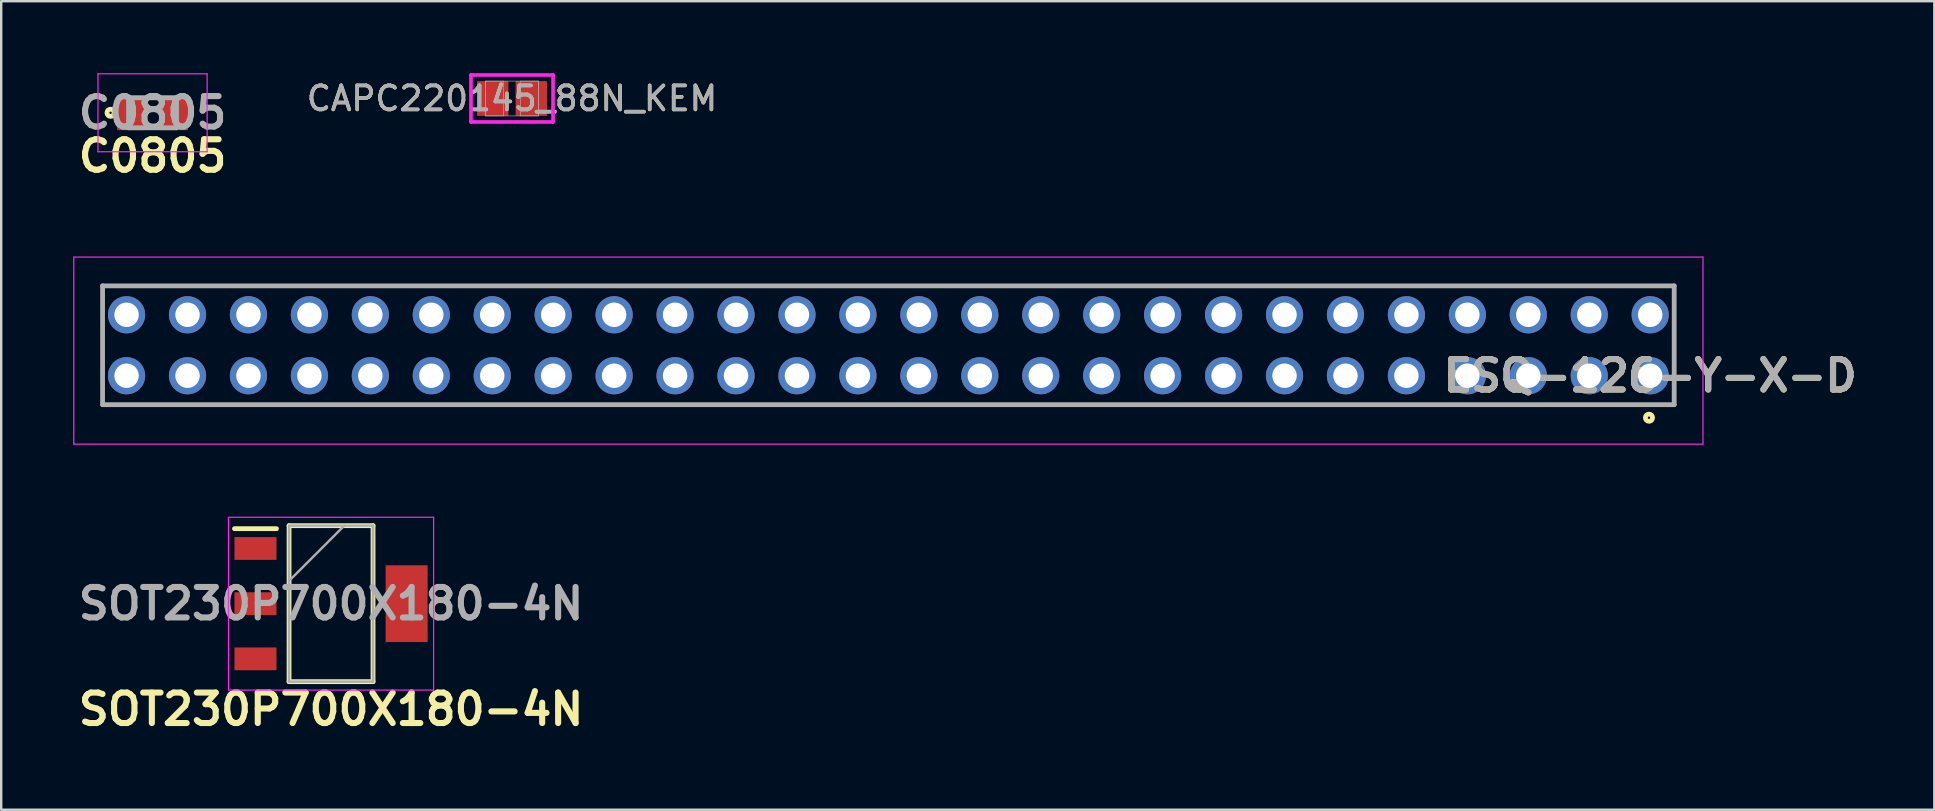
<source format=kicad_pcb>
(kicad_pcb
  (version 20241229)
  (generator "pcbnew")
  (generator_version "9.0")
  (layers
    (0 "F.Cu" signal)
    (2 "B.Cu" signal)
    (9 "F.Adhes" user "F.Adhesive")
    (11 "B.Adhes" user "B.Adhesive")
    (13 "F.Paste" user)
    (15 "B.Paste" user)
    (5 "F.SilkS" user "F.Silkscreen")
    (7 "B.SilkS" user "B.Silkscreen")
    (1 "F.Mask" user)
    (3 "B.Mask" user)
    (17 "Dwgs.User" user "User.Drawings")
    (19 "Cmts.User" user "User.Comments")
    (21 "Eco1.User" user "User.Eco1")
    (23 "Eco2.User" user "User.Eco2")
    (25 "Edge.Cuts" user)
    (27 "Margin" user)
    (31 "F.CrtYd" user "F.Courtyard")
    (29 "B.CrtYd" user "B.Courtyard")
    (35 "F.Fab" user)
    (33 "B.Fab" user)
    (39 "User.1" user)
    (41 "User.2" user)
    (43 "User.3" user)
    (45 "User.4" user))
  (footprint "ESQ-126-Y-X-D"
    (layer "F.Cu")
    (at 65.725 12.609)
    (property "Reference" "ESQ-126-Y-X-D" (at 0 0 0) (layer "F.SilkS") (effects (font (size 1.27 1.27) (thickness 0.254))))
    (attr through_hole)
    (fp_line (start -64.5 -3.745) (end 1 -3.745) (stroke (width 0.1) (type solid)) (layer "F.SilkS"))
    (fp_line (start -64.5 1.205) (end -64.5 -3.745) (stroke (width 0.1) (type solid)) (layer "F.SilkS"))
    (fp_line (start 1 -3.745) (end 1 1.205) (stroke (width 0.1) (type solid)) (layer "F.SilkS"))
    (fp_line (start 1 1.205) (end -64.5 1.205) (stroke (width 0.1) (type solid)) (layer "F.SilkS"))
    (fp_circle (center -0.05 1.75) (end -0.05 1.8) (stroke (width 0.2) (type solid)) (fill no) (layer "F.SilkS"))
    (fp_line (start -65.7 -4.945) (end 2.2 -4.945) (stroke (width 0.05) (type solid)) (layer "F.CrtYd"))
    (fp_line (start -65.7 2.85) (end -65.7 -4.945) (stroke (width 0.05) (type solid)) (layer "F.CrtYd"))
    (fp_line (start 2.2 -4.945) (end 2.2 2.85) (stroke (width 0.05) (type solid)) (layer "F.CrtYd"))
    (fp_line (start 2.2 2.85) (end -65.7 2.85) (stroke (width 0.05) (type solid)) (layer "F.CrtYd"))
    (fp_line (start -64.5 -3.745) (end 1 -3.745) (stroke (width 0.2) (type solid)) (layer "F.Fab"))
    (fp_line (start -64.5 1.205) (end -64.5 -3.745) (stroke (width 0.2) (type solid)) (layer "F.Fab"))
    (fp_line (start 1 -3.745) (end 1 1.205) (stroke (width 0.2) (type solid)) (layer "F.Fab"))
    (fp_line (start 1 1.205) (end -64.5 1.205) (stroke (width 0.2) (type solid)) (layer "F.Fab"))
    (fp_text user "${REFERENCE}" (at 0 0 0) (layer "F.Fab") (effects (font (size 1.27 1.27) (thickness 0.254))))
    (pad "1" thru_hole circle (at 0 0) (size 1.55 1.55) (drill 1.02) (layers "*.Cu" "*.Mask"))
    (pad "2" thru_hole circle (at 0 -2.54) (size 1.55 1.55) (drill 1.02) (layers "*.Cu" "*.Mask"))
    (pad "3" thru_hole circle (at -2.54 0) (size 1.55 1.55) (drill 1.02) (layers "*.Cu" "*.Mask"))
    (pad "4" thru_hole circle (at -2.54 -2.54) (size 1.55 1.55) (drill 1.02) (layers "*.Cu" "*.Mask"))
    (pad "5" thru_hole circle (at -5.08 0) (size 1.55 1.55) (drill 1.02) (layers "*.Cu" "*.Mask"))
    (pad "6" thru_hole circle (at -5.08 -2.54) (size 1.55 1.55) (drill 1.02) (layers "*.Cu" "*.Mask"))
    (pad "7" thru_hole circle (at -7.62 0) (size 1.55 1.55) (drill 1.02) (layers "*.Cu" "*.Mask"))
    (pad "8" thru_hole circle (at -7.62 -2.54) (size 1.55 1.55) (drill 1.02) (layers "*.Cu" "*.Mask"))
    (pad "9" thru_hole circle (at -10.16 0) (size 1.55 1.55) (drill 1.02) (layers "*.Cu" "*.Mask"))
    (pad "10" thru_hole circle (at -10.16 -2.54) (size 1.55 1.55) (drill 1.02) (layers "*.Cu" "*.Mask"))
    (pad "11" thru_hole circle (at -12.7 0) (size 1.55 1.55) (drill 1.02) (layers "*.Cu" "*.Mask"))
    (pad "12" thru_hole circle (at -12.7 -2.54) (size 1.55 1.55) (drill 1.02) (layers "*.Cu" "*.Mask"))
    (pad "13" thru_hole circle (at -15.24 0) (size 1.55 1.55) (drill 1.02) (layers "*.Cu" "*.Mask"))
    (pad "14" thru_hole circle (at -15.24 -2.54) (size 1.55 1.55) (drill 1.02) (layers "*.Cu" "*.Mask"))
    (pad "15" thru_hole circle (at -17.78 0) (size 1.55 1.55) (drill 1.02) (layers "*.Cu" "*.Mask"))
    (pad "16" thru_hole circle (at -17.78 -2.54) (size 1.55 1.55) (drill 1.02) (layers "*.Cu" "*.Mask"))
    (pad "17" thru_hole circle (at -20.32 0) (size 1.55 1.55) (drill 1.02) (layers "*.Cu" "*.Mask"))
    (pad "18" thru_hole circle (at -20.32 -2.54) (size 1.55 1.55) (drill 1.02) (layers "*.Cu" "*.Mask"))
    (pad "19" thru_hole circle (at -22.86 0) (size 1.55 1.55) (drill 1.02) (layers "*.Cu" "*.Mask"))
    (pad "20" thru_hole circle (at -22.86 -2.54) (size 1.55 1.55) (drill 1.02) (layers "*.Cu" "*.Mask"))
    (pad "21" thru_hole circle (at -25.4 0) (size 1.55 1.55) (drill 1.02) (layers "*.Cu" "*.Mask"))
    (pad "22" thru_hole circle (at -25.4 -2.54) (size 1.55 1.55) (drill 1.02) (layers "*.Cu" "*.Mask"))
    (pad "23" thru_hole circle (at -27.94 0) (size 1.55 1.55) (drill 1.02) (layers "*.Cu" "*.Mask"))
    (pad "24" thru_hole circle (at -27.94 -2.54) (size 1.55 1.55) (drill 1.02) (layers "*.Cu" "*.Mask"))
    (pad "25" thru_hole circle (at -30.48 0) (size 1.55 1.55) (drill 1.02) (layers "*.Cu" "*.Mask"))
    (pad "26" thru_hole circle (at -30.48 -2.54) (size 1.55 1.55) (drill 1.02) (layers "*.Cu" "*.Mask"))
    (pad "27" thru_hole circle (at -33.02 0) (size 1.55 1.55) (drill 1.02) (layers "*.Cu" "*.Mask"))
    (pad "28" thru_hole circle (at -33.02 -2.54) (size 1.55 1.55) (drill 1.02) (layers "*.Cu" "*.Mask"))
    (pad "29" thru_hole circle (at -35.56 0) (size 1.55 1.55) (drill 1.02) (layers "*.Cu" "*.Mask"))
    (pad "30" thru_hole circle (at -35.56 -2.54) (size 1.55 1.55) (drill 1.02) (layers "*.Cu" "*.Mask"))
    (pad "31" thru_hole circle (at -38.1 0) (size 1.55 1.55) (drill 1.02) (layers "*.Cu" "*.Mask"))
    (pad "32" thru_hole circle (at -38.1 -2.54) (size 1.55 1.55) (drill 1.02) (layers "*.Cu" "*.Mask"))
    (pad "33" thru_hole circle (at -40.64 0) (size 1.55 1.55) (drill 1.02) (layers "*.Cu" "*.Mask"))
    (pad "34" thru_hole circle (at -40.64 -2.54) (size 1.55 1.55) (drill 1.02) (layers "*.Cu" "*.Mask"))
    (pad "35" thru_hole circle (at -43.18 0) (size 1.55 1.55) (drill 1.02) (layers "*.Cu" "*.Mask"))
    (pad "36" thru_hole circle (at -43.18 -2.54) (size 1.55 1.55) (drill 1.02) (layers "*.Cu" "*.Mask"))
    (pad "37" thru_hole circle (at -45.72 0) (size 1.55 1.55) (drill 1.02) (layers "*.Cu" "*.Mask"))
    (pad "38" thru_hole circle (at -45.72 -2.54) (size 1.55 1.55) (drill 1.02) (layers "*.Cu" "*.Mask"))
    (pad "39" thru_hole circle (at -48.26 0) (size 1.55 1.55) (drill 1.02) (layers "*.Cu" "*.Mask"))
    (pad "40" thru_hole circle (at -48.26 -2.54) (size 1.55 1.55) (drill 1.02) (layers "*.Cu" "*.Mask"))
    (pad "41" thru_hole circle (at -50.8 0) (size 1.55 1.55) (drill 1.02) (layers "*.Cu" "*.Mask"))
    (pad "42" thru_hole circle (at -50.8 -2.54) (size 1.55 1.55) (drill 1.02) (layers "*.Cu" "*.Mask"))
    (pad "43" thru_hole circle (at -53.34 0) (size 1.55 1.55) (drill 1.02) (layers "*.Cu" "*.Mask"))
    (pad "44" thru_hole circle (at -53.34 -2.54) (size 1.55 1.55) (drill 1.02) (layers "*.Cu" "*.Mask"))
    (pad "45" thru_hole circle (at -55.88 0) (size 1.55 1.55) (drill 1.02) (layers "*.Cu" "*.Mask"))
    (pad "46" thru_hole circle (at -55.88 -2.54) (size 1.55 1.55) (drill 1.02) (layers "*.Cu" "*.Mask"))
    (pad "47" thru_hole circle (at -58.42 0) (size 1.55 1.55) (drill 1.02) (layers "*.Cu" "*.Mask"))
    (pad "48" thru_hole circle (at -58.42 -2.54) (size 1.55 1.55) (drill 1.02) (layers "*.Cu" "*.Mask"))
    (pad "49" thru_hole circle (at -60.96 0) (size 1.55 1.55) (drill 1.02) (layers "*.Cu" "*.Mask"))
    (pad "50" thru_hole circle (at -60.96 -2.54) (size 1.55 1.55) (drill 1.02) (layers "*.Cu" "*.Mask"))
    (pad "51" thru_hole circle (at -63.5 0) (size 1.55 1.55) (drill 1.02) (layers "*.Cu" "*.Mask"))
    (pad "52" thru_hole circle (at -63.5 -2.54) (size 1.55 1.55) (drill 1.02) (layers "*.Cu" "*.Mask")))
  (footprint "SOT230P700X180-4N"
    (layer "F.Cu")
    (at 10.747 22.109)
    (property "Reference" "SOT230P700X180-4N" (at 0 4.4 0) (layer "F.SilkS") (effects (font (size 1.27 1.27) (thickness 0.254))))
    (attr smd)
    (fp_line (start -4.025 -3.125) (end -2.275 -3.125) (stroke (width 0.2) (type solid)) (layer "F.SilkS"))
    (fp_line (start -1.75 -3.25) (end 1.75 -3.25) (stroke (width 0.2) (type solid)) (layer "F.SilkS"))
    (fp_line (start -1.75 3.25) (end -1.75 -3.25) (stroke (width 0.2) (type solid)) (layer "F.SilkS"))
    (fp_line (start 1.75 -3.25) (end 1.75 3.25) (stroke (width 0.2) (type solid)) (layer "F.SilkS"))
    (fp_line (start 1.75 3.25) (end -1.75 3.25) (stroke (width 0.2) (type solid)) (layer "F.SilkS"))
    (fp_line (start -4.275 -3.6) (end 4.275 -3.6) (stroke (width 0.05) (type solid)) (layer "F.CrtYd"))
    (fp_line (start -4.275 3.6) (end -4.275 -3.6) (stroke (width 0.05) (type solid)) (layer "F.CrtYd"))
    (fp_line (start 4.275 -3.6) (end 4.275 3.6) (stroke (width 0.05) (type solid)) (layer "F.CrtYd"))
    (fp_line (start 4.275 3.6) (end -4.275 3.6) (stroke (width 0.05) (type solid)) (layer "F.CrtYd"))
    (fp_line (start -1.75 -3.25) (end 1.75 -3.25) (stroke (width 0.1) (type solid)) (layer "F.Fab"))
    (fp_line (start -1.75 -0.95) (end 0.55 -3.25) (stroke (width 0.1) (type solid)) (layer "F.Fab"))
    (fp_line (start -1.75 3.25) (end -1.75 -3.25) (stroke (width 0.1) (type solid)) (layer "F.Fab"))
    (fp_line (start 1.75 -3.25) (end 1.75 3.25) (stroke (width 0.1) (type solid)) (layer "F.Fab"))
    (fp_line (start 1.75 3.25) (end -1.75 3.25) (stroke (width 0.1) (type solid)) (layer "F.Fab"))
    (fp_text user "${REFERENCE}" (at 0 0 0) (layer "F.Fab") (effects (font (size 1.27 1.27) (thickness 0.254))))
    (pad "1" smd rect (at -3.15 -2.3 90) (size 0.95 1.75) (layers "F.Cu" "F.Mask" "F.Paste"))
    (pad "2" smd rect (at -3.15 0 90) (size 0.95 1.75) (layers "F.Cu" "F.Mask" "F.Paste"))
    (pad "3" smd rect (at -3.15 2.3 90) (size 0.95 1.75) (layers "F.Cu" "F.Mask" "F.Paste"))
    (pad "4" smd rect (at 3.15 0) (size 1.75 3.2) (layers "F.Cu" "F.Mask" "F.Paste")))
  (footprint "C0805"
    (layer "F.Cu")
    (at 3.308 1.65)
    (property "Reference" "C0805" (at 0 1.8 0) (layer "F.SilkS") (effects (font (size 1.27 1.27) (thickness 0.254))))
    (attr smd)
    (fp_circle (center -1.75 0) (end -1.75 0.05) (stroke (width 0.2) (type solid)) (fill no) (layer "F.SilkS"))
    (fp_line (start -2.275 -1.625) (end 2.275 -1.625) (stroke (width 0.05) (type solid)) (layer "F.CrtYd"))
    (fp_line (start -2.275 1.625) (end -2.275 -1.625) (stroke (width 0.05) (type solid)) (layer "F.CrtYd"))
    (fp_line (start 2.275 -1.625) (end 2.275 1.625) (stroke (width 0.05) (type solid)) (layer "F.CrtYd"))
    (fp_line (start 2.275 1.625) (end -2.275 1.625) (stroke (width 0.05) (type solid)) (layer "F.CrtYd"))
    (fp_line (start -1 -0.625) (end 1 -0.625) (stroke (width 0.2) (type solid)) (layer "F.Fab"))
    (fp_line (start -1 0.625) (end -1 -0.625) (stroke (width 0.2) (type solid)) (layer "F.Fab"))
    (fp_line (start 1 -0.625) (end 1 0.625) (stroke (width 0.2) (type solid)) (layer "F.Fab"))
    (fp_line (start 1 0.625) (end -1 0.625) (stroke (width 0.2) (type solid)) (layer "F.Fab"))
    (fp_text user "${REFERENCE}" (at 0 0 0) (layer "F.Fab") (effects (font (size 1.27 1.27) (thickness 0.254))))
    (pad "1" smd rect (at -0.9 0) (size 1.15 1.45) (layers "F.Cu" "F.Mask" "F.Paste"))
    (pad "2" smd rect (at 0.9 0) (size 1.15 1.45) (layers "F.Cu" "F.Mask" "F.Paste")))
  (footprint "CAPC220145_88N_KEM"
    (layer "F.Cu")
    (at 18.289 1.055)
    (property "Reference" "CAPC220145_88N_KEM" (at 0 0 0) (unlocked yes) (layer "F.SilkS") (effects (font (size 1 1) (thickness 0.15))))
    (attr smd)
    (fp_line (start -1.71 -0.979) (end 1.71 -0.979) (stroke (width 0.152) (type solid)) (layer "F.CrtYd"))
    (fp_line (start -1.71 0.979) (end -1.71 -0.979) (stroke (width 0.152) (type solid)) (layer "F.CrtYd"))
    (fp_line (start 1.71 -0.979) (end 1.71 0.979) (stroke (width 0.152) (type solid)) (layer "F.CrtYd"))
    (fp_line (start 1.71 0.979) (end -1.71 0.979) (stroke (width 0.152) (type solid)) (layer "F.CrtYd"))
    (fp_line (start -1.1 -0.725) (end -1.1 0.725) (stroke (width 0.025) (type solid)) (layer "F.Fab"))
    (fp_line (start -1.1 -0.725) (end -1.1 0.725) (stroke (width 0.025) (type solid)) (layer "F.Fab"))
    (fp_line (start -1.1 0.725) (end -0.35 0.725) (stroke (width 0.025) (type solid)) (layer "F.Fab"))
    (fp_line (start -1.1 0.725) (end 1.1 0.725) (stroke (width 0.025) (type solid)) (layer "F.Fab"))
    (fp_line (start -0.35 -0.725) (end -1.1 -0.725) (stroke (width 0.025) (type solid)) (layer "F.Fab"))
    (fp_line (start -0.35 0.725) (end -0.35 -0.725) (stroke (width 0.025) (type solid)) (layer "F.Fab"))
    (fp_line (start 0.35 -0.725) (end 0.35 0.725) (stroke (width 0.025) (type solid)) (layer "F.Fab"))
    (fp_line (start 0.35 0.725) (end 1.1 0.725) (stroke (width 0.025) (type solid)) (layer "F.Fab"))
    (fp_line (start 1.1 -0.725) (end -1.1 -0.725) (stroke (width 0.025) (type solid)) (layer "F.Fab"))
    (fp_line (start 1.1 -0.725) (end 0.35 -0.725) (stroke (width 0.025) (type solid)) (layer "F.Fab"))
    (fp_line (start 1.1 0.725) (end 1.1 -0.725) (stroke (width 0.025) (type solid)) (layer "F.Fab"))
    (fp_line (start 1.1 0.725) (end 1.1 -0.725) (stroke (width 0.025) (type solid)) (layer "F.Fab"))
    (fp_text user "${REFERENCE}" (at 0 0 0) (unlocked yes) (layer "F.Fab") (effects (font (size 1 1) (thickness 0.15))))
    (pad "1" smd rect (at -0.803 0) (size 1.306 1.45) (layers "F.Cu" "F.Mask" "F.Paste"))
    (pad "2" smd rect (at 0.803 0) (size 1.306 1.45) (layers "F.Cu" "F.Mask" "F.Paste"))
    (zone (net_name "") (layer "F.Cu") (hatch full 0.508) (connect_pads) (min_thickness 0.254) (filled_areas_thickness no) (keepout (tracks not_allowed) (vias not_allowed) (pads allowed) (copperpour not_allowed) (footprints allowed)) (placement (enabled no)) (fill) (polygon (pts (xy 18.19 0.381) (xy 18.388 0.381) (xy 18.388 1.729) (xy 18.19 1.729)))))
  (gr_rect
    (start -3 -3)
    (end 77.567 30.697)
    (stroke (width 0.1) (type default))
    (fill no)
    (layer "Edge.Cuts")))
</source>
